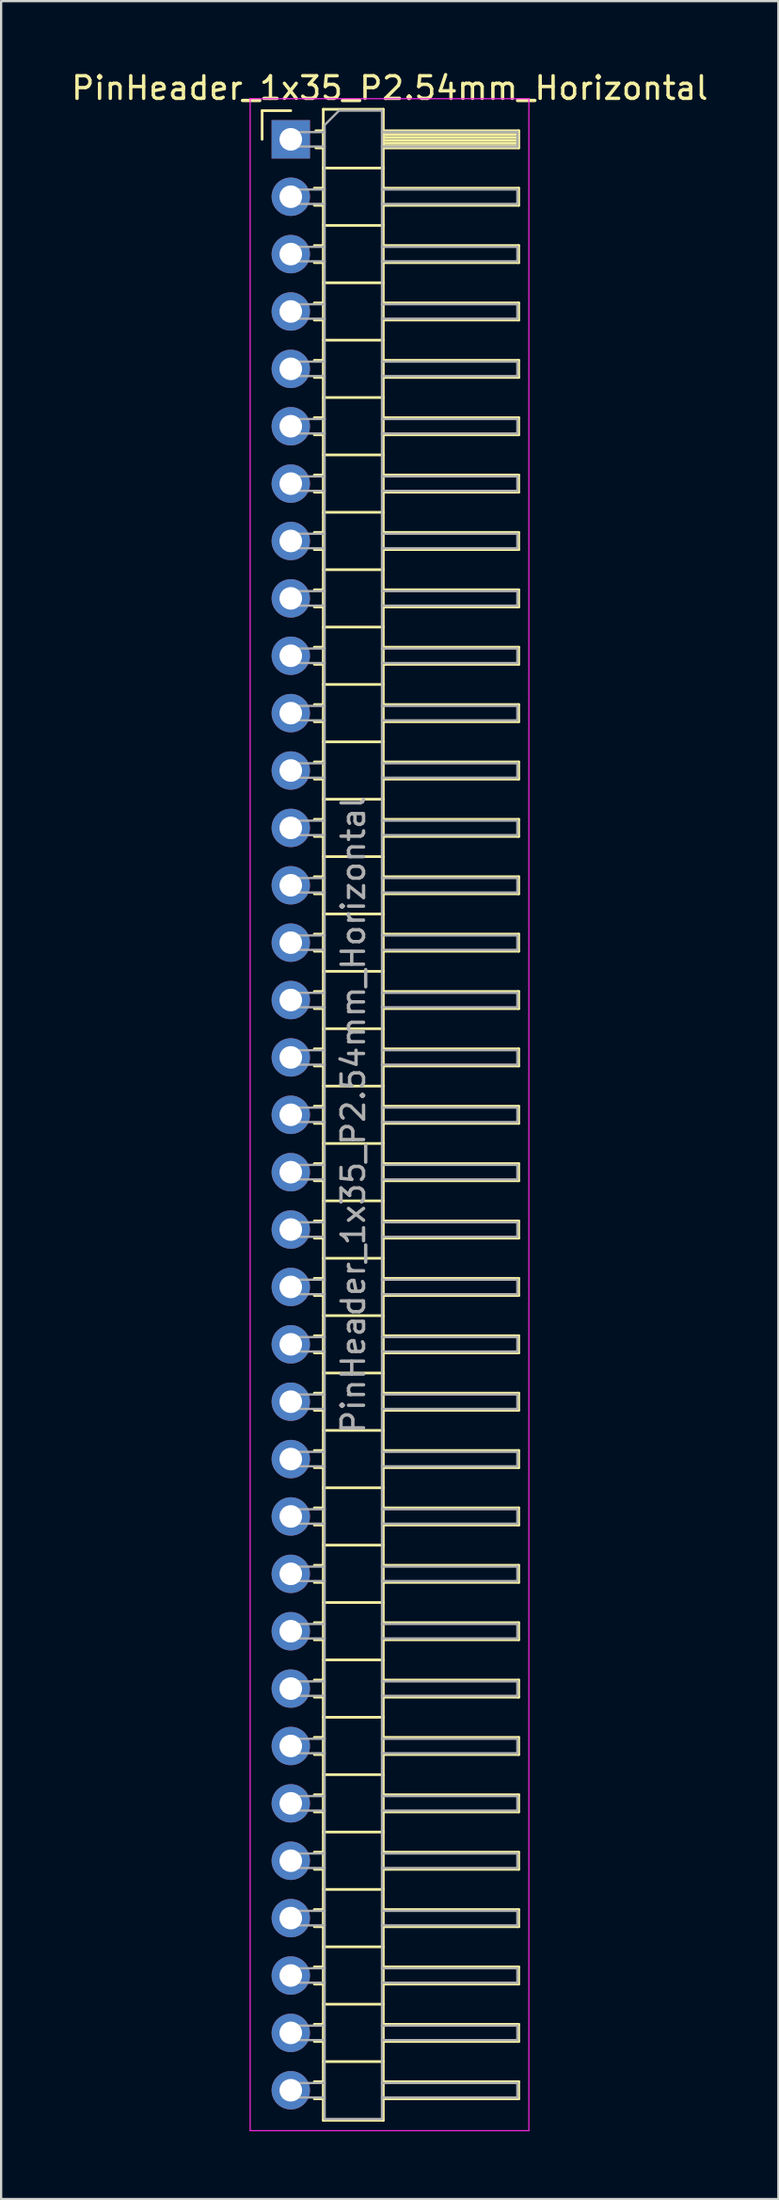
<source format=kicad_pcb>
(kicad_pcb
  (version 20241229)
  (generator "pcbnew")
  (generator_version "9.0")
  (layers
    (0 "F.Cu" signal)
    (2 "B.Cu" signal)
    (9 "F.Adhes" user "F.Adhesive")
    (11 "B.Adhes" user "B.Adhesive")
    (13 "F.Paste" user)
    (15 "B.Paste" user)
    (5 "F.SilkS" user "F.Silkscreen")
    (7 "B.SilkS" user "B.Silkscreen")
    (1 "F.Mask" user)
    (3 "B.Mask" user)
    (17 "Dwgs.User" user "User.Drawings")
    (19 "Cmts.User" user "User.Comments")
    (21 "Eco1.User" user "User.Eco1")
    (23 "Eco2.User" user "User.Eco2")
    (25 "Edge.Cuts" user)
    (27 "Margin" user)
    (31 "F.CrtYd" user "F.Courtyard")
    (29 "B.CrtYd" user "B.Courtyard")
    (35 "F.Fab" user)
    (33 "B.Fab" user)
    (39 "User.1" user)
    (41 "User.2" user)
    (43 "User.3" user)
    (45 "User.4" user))
  (footprint "PinHeader_1x35_P2.54mm_Horizontal"
    (layer "F.Cu")
    (at 9.835 3.118)
    (property "Reference" "PinHeader_1x35_P2.54mm_Horizontal" (at 4.385 -2.27 0) (layer "F.SilkS") (effects (font (size 1 1) (thickness 0.15))))
    (attr through_hole)
    (fp_line (start -1.27 -1.27) (end 0 -1.27) (stroke (width 0.12) (type solid)) (layer "F.SilkS"))
    (fp_line (start -1.27 0) (end -1.27 -1.27) (stroke (width 0.12) (type solid)) (layer "F.SilkS"))
    (fp_line (start 1.043 2.16) (end 1.44 2.16) (stroke (width 0.12) (type solid)) (layer "F.SilkS"))
    (fp_line (start 1.043 2.92) (end 1.44 2.92) (stroke (width 0.12) (type solid)) (layer "F.SilkS"))
    (fp_line (start 1.043 4.7) (end 1.44 4.7) (stroke (width 0.12) (type solid)) (layer "F.SilkS"))
    (fp_line (start 1.043 5.46) (end 1.44 5.46) (stroke (width 0.12) (type solid)) (layer "F.SilkS"))
    (fp_line (start 1.043 7.24) (end 1.44 7.24) (stroke (width 0.12) (type solid)) (layer "F.SilkS"))
    (fp_line (start 1.043 8) (end 1.44 8) (stroke (width 0.12) (type solid)) (layer "F.SilkS"))
    (fp_line (start 1.043 9.78) (end 1.44 9.78) (stroke (width 0.12) (type solid)) (layer "F.SilkS"))
    (fp_line (start 1.043 10.54) (end 1.44 10.54) (stroke (width 0.12) (type solid)) (layer "F.SilkS"))
    (fp_line (start 1.043 12.32) (end 1.44 12.32) (stroke (width 0.12) (type solid)) (layer "F.SilkS"))
    (fp_line (start 1.043 13.08) (end 1.44 13.08) (stroke (width 0.12) (type solid)) (layer "F.SilkS"))
    (fp_line (start 1.043 14.86) (end 1.44 14.86) (stroke (width 0.12) (type solid)) (layer "F.SilkS"))
    (fp_line (start 1.043 15.62) (end 1.44 15.62) (stroke (width 0.12) (type solid)) (layer "F.SilkS"))
    (fp_line (start 1.043 17.4) (end 1.44 17.4) (stroke (width 0.12) (type solid)) (layer "F.SilkS"))
    (fp_line (start 1.043 18.16) (end 1.44 18.16) (stroke (width 0.12) (type solid)) (layer "F.SilkS"))
    (fp_line (start 1.043 19.94) (end 1.44 19.94) (stroke (width 0.12) (type solid)) (layer "F.SilkS"))
    (fp_line (start 1.043 20.7) (end 1.44 20.7) (stroke (width 0.12) (type solid)) (layer "F.SilkS"))
    (fp_line (start 1.043 22.48) (end 1.44 22.48) (stroke (width 0.12) (type solid)) (layer "F.SilkS"))
    (fp_line (start 1.043 23.24) (end 1.44 23.24) (stroke (width 0.12) (type solid)) (layer "F.SilkS"))
    (fp_line (start 1.043 25.02) (end 1.44 25.02) (stroke (width 0.12) (type solid)) (layer "F.SilkS"))
    (fp_line (start 1.043 25.78) (end 1.44 25.78) (stroke (width 0.12) (type solid)) (layer "F.SilkS"))
    (fp_line (start 1.043 27.56) (end 1.44 27.56) (stroke (width 0.12) (type solid)) (layer "F.SilkS"))
    (fp_line (start 1.043 28.32) (end 1.44 28.32) (stroke (width 0.12) (type solid)) (layer "F.SilkS"))
    (fp_line (start 1.043 30.1) (end 1.44 30.1) (stroke (width 0.12) (type solid)) (layer "F.SilkS"))
    (fp_line (start 1.043 30.86) (end 1.44 30.86) (stroke (width 0.12) (type solid)) (layer "F.SilkS"))
    (fp_line (start 1.043 32.64) (end 1.44 32.64) (stroke (width 0.12) (type solid)) (layer "F.SilkS"))
    (fp_line (start 1.043 33.4) (end 1.44 33.4) (stroke (width 0.12) (type solid)) (layer "F.SilkS"))
    (fp_line (start 1.043 35.18) (end 1.44 35.18) (stroke (width 0.12) (type solid)) (layer "F.SilkS"))
    (fp_line (start 1.043 35.94) (end 1.44 35.94) (stroke (width 0.12) (type solid)) (layer "F.SilkS"))
    (fp_line (start 1.043 37.72) (end 1.44 37.72) (stroke (width 0.12) (type solid)) (layer "F.SilkS"))
    (fp_line (start 1.043 38.48) (end 1.44 38.48) (stroke (width 0.12) (type solid)) (layer "F.SilkS"))
    (fp_line (start 1.043 40.26) (end 1.44 40.26) (stroke (width 0.12) (type solid)) (layer "F.SilkS"))
    (fp_line (start 1.043 41.02) (end 1.44 41.02) (stroke (width 0.12) (type solid)) (layer "F.SilkS"))
    (fp_line (start 1.043 42.8) (end 1.44 42.8) (stroke (width 0.12) (type solid)) (layer "F.SilkS"))
    (fp_line (start 1.043 43.56) (end 1.44 43.56) (stroke (width 0.12) (type solid)) (layer "F.SilkS"))
    (fp_line (start 1.043 45.34) (end 1.44 45.34) (stroke (width 0.12) (type solid)) (layer "F.SilkS"))
    (fp_line (start 1.043 46.1) (end 1.44 46.1) (stroke (width 0.12) (type solid)) (layer "F.SilkS"))
    (fp_line (start 1.043 47.88) (end 1.44 47.88) (stroke (width 0.12) (type solid)) (layer "F.SilkS"))
    (fp_line (start 1.043 48.64) (end 1.44 48.64) (stroke (width 0.12) (type solid)) (layer "F.SilkS"))
    (fp_line (start 1.043 50.42) (end 1.44 50.42) (stroke (width 0.12) (type solid)) (layer "F.SilkS"))
    (fp_line (start 1.043 51.18) (end 1.44 51.18) (stroke (width 0.12) (type solid)) (layer "F.SilkS"))
    (fp_line (start 1.043 52.96) (end 1.44 52.96) (stroke (width 0.12) (type solid)) (layer "F.SilkS"))
    (fp_line (start 1.043 53.72) (end 1.44 53.72) (stroke (width 0.12) (type solid)) (layer "F.SilkS"))
    (fp_line (start 1.043 55.5) (end 1.44 55.5) (stroke (width 0.12) (type solid)) (layer "F.SilkS"))
    (fp_line (start 1.043 56.26) (end 1.44 56.26) (stroke (width 0.12) (type solid)) (layer "F.SilkS"))
    (fp_line (start 1.043 58.04) (end 1.44 58.04) (stroke (width 0.12) (type solid)) (layer "F.SilkS"))
    (fp_line (start 1.043 58.8) (end 1.44 58.8) (stroke (width 0.12) (type solid)) (layer "F.SilkS"))
    (fp_line (start 1.043 60.58) (end 1.44 60.58) (stroke (width 0.12) (type solid)) (layer "F.SilkS"))
    (fp_line (start 1.043 61.34) (end 1.44 61.34) (stroke (width 0.12) (type solid)) (layer "F.SilkS"))
    (fp_line (start 1.043 63.12) (end 1.44 63.12) (stroke (width 0.12) (type solid)) (layer "F.SilkS"))
    (fp_line (start 1.043 63.88) (end 1.44 63.88) (stroke (width 0.12) (type solid)) (layer "F.SilkS"))
    (fp_line (start 1.043 65.66) (end 1.44 65.66) (stroke (width 0.12) (type solid)) (layer "F.SilkS"))
    (fp_line (start 1.043 66.42) (end 1.44 66.42) (stroke (width 0.12) (type solid)) (layer "F.SilkS"))
    (fp_line (start 1.043 68.2) (end 1.44 68.2) (stroke (width 0.12) (type solid)) (layer "F.SilkS"))
    (fp_line (start 1.043 68.96) (end 1.44 68.96) (stroke (width 0.12) (type solid)) (layer "F.SilkS"))
    (fp_line (start 1.043 70.74) (end 1.44 70.74) (stroke (width 0.12) (type solid)) (layer "F.SilkS"))
    (fp_line (start 1.043 71.5) (end 1.44 71.5) (stroke (width 0.12) (type solid)) (layer "F.SilkS"))
    (fp_line (start 1.043 73.28) (end 1.44 73.28) (stroke (width 0.12) (type solid)) (layer "F.SilkS"))
    (fp_line (start 1.043 74.04) (end 1.44 74.04) (stroke (width 0.12) (type solid)) (layer "F.SilkS"))
    (fp_line (start 1.043 75.82) (end 1.44 75.82) (stroke (width 0.12) (type solid)) (layer "F.SilkS"))
    (fp_line (start 1.043 76.58) (end 1.44 76.58) (stroke (width 0.12) (type solid)) (layer "F.SilkS"))
    (fp_line (start 1.043 78.36) (end 1.44 78.36) (stroke (width 0.12) (type solid)) (layer "F.SilkS"))
    (fp_line (start 1.043 79.12) (end 1.44 79.12) (stroke (width 0.12) (type solid)) (layer "F.SilkS"))
    (fp_line (start 1.043 80.9) (end 1.44 80.9) (stroke (width 0.12) (type solid)) (layer "F.SilkS"))
    (fp_line (start 1.043 81.66) (end 1.44 81.66) (stroke (width 0.12) (type solid)) (layer "F.SilkS"))
    (fp_line (start 1.043 83.44) (end 1.44 83.44) (stroke (width 0.12) (type solid)) (layer "F.SilkS"))
    (fp_line (start 1.043 84.2) (end 1.44 84.2) (stroke (width 0.12) (type solid)) (layer "F.SilkS"))
    (fp_line (start 1.043 85.98) (end 1.44 85.98) (stroke (width 0.12) (type solid)) (layer "F.SilkS"))
    (fp_line (start 1.043 86.74) (end 1.44 86.74) (stroke (width 0.12) (type solid)) (layer "F.SilkS"))
    (fp_line (start 1.11 -0.38) (end 1.44 -0.38) (stroke (width 0.12) (type solid)) (layer "F.SilkS"))
    (fp_line (start 1.11 0.38) (end 1.44 0.38) (stroke (width 0.12) (type solid)) (layer "F.SilkS"))
    (fp_line (start 1.44 -1.33) (end 1.44 87.69) (stroke (width 0.12) (type solid)) (layer "F.SilkS"))
    (fp_line (start 1.44 1.27) (end 4.1 1.27) (stroke (width 0.12) (type solid)) (layer "F.SilkS"))
    (fp_line (start 1.44 3.81) (end 4.1 3.81) (stroke (width 0.12) (type solid)) (layer "F.SilkS"))
    (fp_line (start 1.44 6.35) (end 4.1 6.35) (stroke (width 0.12) (type solid)) (layer "F.SilkS"))
    (fp_line (start 1.44 8.89) (end 4.1 8.89) (stroke (width 0.12) (type solid)) (layer "F.SilkS"))
    (fp_line (start 1.44 11.43) (end 4.1 11.43) (stroke (width 0.12) (type solid)) (layer "F.SilkS"))
    (fp_line (start 1.44 13.97) (end 4.1 13.97) (stroke (width 0.12) (type solid)) (layer "F.SilkS"))
    (fp_line (start 1.44 16.51) (end 4.1 16.51) (stroke (width 0.12) (type solid)) (layer "F.SilkS"))
    (fp_line (start 1.44 19.05) (end 4.1 19.05) (stroke (width 0.12) (type solid)) (layer "F.SilkS"))
    (fp_line (start 1.44 21.59) (end 4.1 21.59) (stroke (width 0.12) (type solid)) (layer "F.SilkS"))
    (fp_line (start 1.44 24.13) (end 4.1 24.13) (stroke (width 0.12) (type solid)) (layer "F.SilkS"))
    (fp_line (start 1.44 26.67) (end 4.1 26.67) (stroke (width 0.12) (type solid)) (layer "F.SilkS"))
    (fp_line (start 1.44 29.21) (end 4.1 29.21) (stroke (width 0.12) (type solid)) (layer "F.SilkS"))
    (fp_line (start 1.44 31.75) (end 4.1 31.75) (stroke (width 0.12) (type solid)) (layer "F.SilkS"))
    (fp_line (start 1.44 34.29) (end 4.1 34.29) (stroke (width 0.12) (type solid)) (layer "F.SilkS"))
    (fp_line (start 1.44 36.83) (end 4.1 36.83) (stroke (width 0.12) (type solid)) (layer "F.SilkS"))
    (fp_line (start 1.44 39.37) (end 4.1 39.37) (stroke (width 0.12) (type solid)) (layer "F.SilkS"))
    (fp_line (start 1.44 41.91) (end 4.1 41.91) (stroke (width 0.12) (type solid)) (layer "F.SilkS"))
    (fp_line (start 1.44 44.45) (end 4.1 44.45) (stroke (width 0.12) (type solid)) (layer "F.SilkS"))
    (fp_line (start 1.44 46.99) (end 4.1 46.99) (stroke (width 0.12) (type solid)) (layer "F.SilkS"))
    (fp_line (start 1.44 49.53) (end 4.1 49.53) (stroke (width 0.12) (type solid)) (layer "F.SilkS"))
    (fp_line (start 1.44 52.07) (end 4.1 52.07) (stroke (width 0.12) (type solid)) (layer "F.SilkS"))
    (fp_line (start 1.44 54.61) (end 4.1 54.61) (stroke (width 0.12) (type solid)) (layer "F.SilkS"))
    (fp_line (start 1.44 57.15) (end 4.1 57.15) (stroke (width 0.12) (type solid)) (layer "F.SilkS"))
    (fp_line (start 1.44 59.69) (end 4.1 59.69) (stroke (width 0.12) (type solid)) (layer "F.SilkS"))
    (fp_line (start 1.44 62.23) (end 4.1 62.23) (stroke (width 0.12) (type solid)) (layer "F.SilkS"))
    (fp_line (start 1.44 64.77) (end 4.1 64.77) (stroke (width 0.12) (type solid)) (layer "F.SilkS"))
    (fp_line (start 1.44 67.31) (end 4.1 67.31) (stroke (width 0.12) (type solid)) (layer "F.SilkS"))
    (fp_line (start 1.44 69.85) (end 4.1 69.85) (stroke (width 0.12) (type solid)) (layer "F.SilkS"))
    (fp_line (start 1.44 72.39) (end 4.1 72.39) (stroke (width 0.12) (type solid)) (layer "F.SilkS"))
    (fp_line (start 1.44 74.93) (end 4.1 74.93) (stroke (width 0.12) (type solid)) (layer "F.SilkS"))
    (fp_line (start 1.44 77.47) (end 4.1 77.47) (stroke (width 0.12) (type solid)) (layer "F.SilkS"))
    (fp_line (start 1.44 80.01) (end 4.1 80.01) (stroke (width 0.12) (type solid)) (layer "F.SilkS"))
    (fp_line (start 1.44 82.55) (end 4.1 82.55) (stroke (width 0.12) (type solid)) (layer "F.SilkS"))
    (fp_line (start 1.44 85.09) (end 4.1 85.09) (stroke (width 0.12) (type solid)) (layer "F.SilkS"))
    (fp_line (start 1.44 87.69) (end 4.1 87.69) (stroke (width 0.12) (type solid)) (layer "F.SilkS"))
    (fp_line (start 4.1 -1.33) (end 1.44 -1.33) (stroke (width 0.12) (type solid)) (layer "F.SilkS"))
    (fp_line (start 4.1 -0.38) (end 10.1 -0.38) (stroke (width 0.12) (type solid)) (layer "F.SilkS"))
    (fp_line (start 4.1 -0.32) (end 10.1 -0.32) (stroke (width 0.12) (type solid)) (layer "F.SilkS"))
    (fp_line (start 4.1 -0.2) (end 10.1 -0.2) (stroke (width 0.12) (type solid)) (layer "F.SilkS"))
    (fp_line (start 4.1 -0.08) (end 10.1 -0.08) (stroke (width 0.12) (type solid)) (layer "F.SilkS"))
    (fp_line (start 4.1 0.04) (end 10.1 0.04) (stroke (width 0.12) (type solid)) (layer "F.SilkS"))
    (fp_line (start 4.1 0.16) (end 10.1 0.16) (stroke (width 0.12) (type solid)) (layer "F.SilkS"))
    (fp_line (start 4.1 0.28) (end 10.1 0.28) (stroke (width 0.12) (type solid)) (layer "F.SilkS"))
    (fp_line (start 4.1 2.16) (end 10.1 2.16) (stroke (width 0.12) (type solid)) (layer "F.SilkS"))
    (fp_line (start 4.1 4.7) (end 10.1 4.7) (stroke (width 0.12) (type solid)) (layer "F.SilkS"))
    (fp_line (start 4.1 7.24) (end 10.1 7.24) (stroke (width 0.12) (type solid)) (layer "F.SilkS"))
    (fp_line (start 4.1 9.78) (end 10.1 9.78) (stroke (width 0.12) (type solid)) (layer "F.SilkS"))
    (fp_line (start 4.1 12.32) (end 10.1 12.32) (stroke (width 0.12) (type solid)) (layer "F.SilkS"))
    (fp_line (start 4.1 14.86) (end 10.1 14.86) (stroke (width 0.12) (type solid)) (layer "F.SilkS"))
    (fp_line (start 4.1 17.4) (end 10.1 17.4) (stroke (width 0.12) (type solid)) (layer "F.SilkS"))
    (fp_line (start 4.1 19.94) (end 10.1 19.94) (stroke (width 0.12) (type solid)) (layer "F.SilkS"))
    (fp_line (start 4.1 22.48) (end 10.1 22.48) (stroke (width 0.12) (type solid)) (layer "F.SilkS"))
    (fp_line (start 4.1 25.02) (end 10.1 25.02) (stroke (width 0.12) (type solid)) (layer "F.SilkS"))
    (fp_line (start 4.1 27.56) (end 10.1 27.56) (stroke (width 0.12) (type solid)) (layer "F.SilkS"))
    (fp_line (start 4.1 30.1) (end 10.1 30.1) (stroke (width 0.12) (type solid)) (layer "F.SilkS"))
    (fp_line (start 4.1 32.64) (end 10.1 32.64) (stroke (width 0.12) (type solid)) (layer "F.SilkS"))
    (fp_line (start 4.1 35.18) (end 10.1 35.18) (stroke (width 0.12) (type solid)) (layer "F.SilkS"))
    (fp_line (start 4.1 37.72) (end 10.1 37.72) (stroke (width 0.12) (type solid)) (layer "F.SilkS"))
    (fp_line (start 4.1 40.26) (end 10.1 40.26) (stroke (width 0.12) (type solid)) (layer "F.SilkS"))
    (fp_line (start 4.1 42.8) (end 10.1 42.8) (stroke (width 0.12) (type solid)) (layer "F.SilkS"))
    (fp_line (start 4.1 45.34) (end 10.1 45.34) (stroke (width 0.12) (type solid)) (layer "F.SilkS"))
    (fp_line (start 4.1 47.88) (end 10.1 47.88) (stroke (width 0.12) (type solid)) (layer "F.SilkS"))
    (fp_line (start 4.1 50.42) (end 10.1 50.42) (stroke (width 0.12) (type solid)) (layer "F.SilkS"))
    (fp_line (start 4.1 52.96) (end 10.1 52.96) (stroke (width 0.12) (type solid)) (layer "F.SilkS"))
    (fp_line (start 4.1 55.5) (end 10.1 55.5) (stroke (width 0.12) (type solid)) (layer "F.SilkS"))
    (fp_line (start 4.1 58.04) (end 10.1 58.04) (stroke (width 0.12) (type solid)) (layer "F.SilkS"))
    (fp_line (start 4.1 60.58) (end 10.1 60.58) (stroke (width 0.12) (type solid)) (layer "F.SilkS"))
    (fp_line (start 4.1 63.12) (end 10.1 63.12) (stroke (width 0.12) (type solid)) (layer "F.SilkS"))
    (fp_line (start 4.1 65.66) (end 10.1 65.66) (stroke (width 0.12) (type solid)) (layer "F.SilkS"))
    (fp_line (start 4.1 68.2) (end 10.1 68.2) (stroke (width 0.12) (type solid)) (layer "F.SilkS"))
    (fp_line (start 4.1 70.74) (end 10.1 70.74) (stroke (width 0.12) (type solid)) (layer "F.SilkS"))
    (fp_line (start 4.1 73.28) (end 10.1 73.28) (stroke (width 0.12) (type solid)) (layer "F.SilkS"))
    (fp_line (start 4.1 75.82) (end 10.1 75.82) (stroke (width 0.12) (type solid)) (layer "F.SilkS"))
    (fp_line (start 4.1 78.36) (end 10.1 78.36) (stroke (width 0.12) (type solid)) (layer "F.SilkS"))
    (fp_line (start 4.1 80.9) (end 10.1 80.9) (stroke (width 0.12) (type solid)) (layer "F.SilkS"))
    (fp_line (start 4.1 83.44) (end 10.1 83.44) (stroke (width 0.12) (type solid)) (layer "F.SilkS"))
    (fp_line (start 4.1 85.98) (end 10.1 85.98) (stroke (width 0.12) (type solid)) (layer "F.SilkS"))
    (fp_line (start 4.1 87.69) (end 4.1 -1.33) (stroke (width 0.12) (type solid)) (layer "F.SilkS"))
    (fp_line (start 10.1 -0.38) (end 10.1 0.38) (stroke (width 0.12) (type solid)) (layer "F.SilkS"))
    (fp_line (start 10.1 0.38) (end 4.1 0.38) (stroke (width 0.12) (type solid)) (layer "F.SilkS"))
    (fp_line (start 10.1 2.16) (end 10.1 2.92) (stroke (width 0.12) (type solid)) (layer "F.SilkS"))
    (fp_line (start 10.1 2.92) (end 4.1 2.92) (stroke (width 0.12) (type solid)) (layer "F.SilkS"))
    (fp_line (start 10.1 4.7) (end 10.1 5.46) (stroke (width 0.12) (type solid)) (layer "F.SilkS"))
    (fp_line (start 10.1 5.46) (end 4.1 5.46) (stroke (width 0.12) (type solid)) (layer "F.SilkS"))
    (fp_line (start 10.1 7.24) (end 10.1 8) (stroke (width 0.12) (type solid)) (layer "F.SilkS"))
    (fp_line (start 10.1 8) (end 4.1 8) (stroke (width 0.12) (type solid)) (layer "F.SilkS"))
    (fp_line (start 10.1 9.78) (end 10.1 10.54) (stroke (width 0.12) (type solid)) (layer "F.SilkS"))
    (fp_line (start 10.1 10.54) (end 4.1 10.54) (stroke (width 0.12) (type solid)) (layer "F.SilkS"))
    (fp_line (start 10.1 12.32) (end 10.1 13.08) (stroke (width 0.12) (type solid)) (layer "F.SilkS"))
    (fp_line (start 10.1 13.08) (end 4.1 13.08) (stroke (width 0.12) (type solid)) (layer "F.SilkS"))
    (fp_line (start 10.1 14.86) (end 10.1 15.62) (stroke (width 0.12) (type solid)) (layer "F.SilkS"))
    (fp_line (start 10.1 15.62) (end 4.1 15.62) (stroke (width 0.12) (type solid)) (layer "F.SilkS"))
    (fp_line (start 10.1 17.4) (end 10.1 18.16) (stroke (width 0.12) (type solid)) (layer "F.SilkS"))
    (fp_line (start 10.1 18.16) (end 4.1 18.16) (stroke (width 0.12) (type solid)) (layer "F.SilkS"))
    (fp_line (start 10.1 19.94) (end 10.1 20.7) (stroke (width 0.12) (type solid)) (layer "F.SilkS"))
    (fp_line (start 10.1 20.7) (end 4.1 20.7) (stroke (width 0.12) (type solid)) (layer "F.SilkS"))
    (fp_line (start 10.1 22.48) (end 10.1 23.24) (stroke (width 0.12) (type solid)) (layer "F.SilkS"))
    (fp_line (start 10.1 23.24) (end 4.1 23.24) (stroke (width 0.12) (type solid)) (layer "F.SilkS"))
    (fp_line (start 10.1 25.02) (end 10.1 25.78) (stroke (width 0.12) (type solid)) (layer "F.SilkS"))
    (fp_line (start 10.1 25.78) (end 4.1 25.78) (stroke (width 0.12) (type solid)) (layer "F.SilkS"))
    (fp_line (start 10.1 27.56) (end 10.1 28.32) (stroke (width 0.12) (type solid)) (layer "F.SilkS"))
    (fp_line (start 10.1 28.32) (end 4.1 28.32) (stroke (width 0.12) (type solid)) (layer "F.SilkS"))
    (fp_line (start 10.1 30.1) (end 10.1 30.86) (stroke (width 0.12) (type solid)) (layer "F.SilkS"))
    (fp_line (start 10.1 30.86) (end 4.1 30.86) (stroke (width 0.12) (type solid)) (layer "F.SilkS"))
    (fp_line (start 10.1 32.64) (end 10.1 33.4) (stroke (width 0.12) (type solid)) (layer "F.SilkS"))
    (fp_line (start 10.1 33.4) (end 4.1 33.4) (stroke (width 0.12) (type solid)) (layer "F.SilkS"))
    (fp_line (start 10.1 35.18) (end 10.1 35.94) (stroke (width 0.12) (type solid)) (layer "F.SilkS"))
    (fp_line (start 10.1 35.94) (end 4.1 35.94) (stroke (width 0.12) (type solid)) (layer "F.SilkS"))
    (fp_line (start 10.1 37.72) (end 10.1 38.48) (stroke (width 0.12) (type solid)) (layer "F.SilkS"))
    (fp_line (start 10.1 38.48) (end 4.1 38.48) (stroke (width 0.12) (type solid)) (layer "F.SilkS"))
    (fp_line (start 10.1 40.26) (end 10.1 41.02) (stroke (width 0.12) (type solid)) (layer "F.SilkS"))
    (fp_line (start 10.1 41.02) (end 4.1 41.02) (stroke (width 0.12) (type solid)) (layer "F.SilkS"))
    (fp_line (start 10.1 42.8) (end 10.1 43.56) (stroke (width 0.12) (type solid)) (layer "F.SilkS"))
    (fp_line (start 10.1 43.56) (end 4.1 43.56) (stroke (width 0.12) (type solid)) (layer "F.SilkS"))
    (fp_line (start 10.1 45.34) (end 10.1 46.1) (stroke (width 0.12) (type solid)) (layer "F.SilkS"))
    (fp_line (start 10.1 46.1) (end 4.1 46.1) (stroke (width 0.12) (type solid)) (layer "F.SilkS"))
    (fp_line (start 10.1 47.88) (end 10.1 48.64) (stroke (width 0.12) (type solid)) (layer "F.SilkS"))
    (fp_line (start 10.1 48.64) (end 4.1 48.64) (stroke (width 0.12) (type solid)) (layer "F.SilkS"))
    (fp_line (start 10.1 50.42) (end 10.1 51.18) (stroke (width 0.12) (type solid)) (layer "F.SilkS"))
    (fp_line (start 10.1 51.18) (end 4.1 51.18) (stroke (width 0.12) (type solid)) (layer "F.SilkS"))
    (fp_line (start 10.1 52.96) (end 10.1 53.72) (stroke (width 0.12) (type solid)) (layer "F.SilkS"))
    (fp_line (start 10.1 53.72) (end 4.1 53.72) (stroke (width 0.12) (type solid)) (layer "F.SilkS"))
    (fp_line (start 10.1 55.5) (end 10.1 56.26) (stroke (width 0.12) (type solid)) (layer "F.SilkS"))
    (fp_line (start 10.1 56.26) (end 4.1 56.26) (stroke (width 0.12) (type solid)) (layer "F.SilkS"))
    (fp_line (start 10.1 58.04) (end 10.1 58.8) (stroke (width 0.12) (type solid)) (layer "F.SilkS"))
    (fp_line (start 10.1 58.8) (end 4.1 58.8) (stroke (width 0.12) (type solid)) (layer "F.SilkS"))
    (fp_line (start 10.1 60.58) (end 10.1 61.34) (stroke (width 0.12) (type solid)) (layer "F.SilkS"))
    (fp_line (start 10.1 61.34) (end 4.1 61.34) (stroke (width 0.12) (type solid)) (layer "F.SilkS"))
    (fp_line (start 10.1 63.12) (end 10.1 63.88) (stroke (width 0.12) (type solid)) (layer "F.SilkS"))
    (fp_line (start 10.1 63.88) (end 4.1 63.88) (stroke (width 0.12) (type solid)) (layer "F.SilkS"))
    (fp_line (start 10.1 65.66) (end 10.1 66.42) (stroke (width 0.12) (type solid)) (layer "F.SilkS"))
    (fp_line (start 10.1 66.42) (end 4.1 66.42) (stroke (width 0.12) (type solid)) (layer "F.SilkS"))
    (fp_line (start 10.1 68.2) (end 10.1 68.96) (stroke (width 0.12) (type solid)) (layer "F.SilkS"))
    (fp_line (start 10.1 68.96) (end 4.1 68.96) (stroke (width 0.12) (type solid)) (layer "F.SilkS"))
    (fp_line (start 10.1 70.74) (end 10.1 71.5) (stroke (width 0.12) (type solid)) (layer "F.SilkS"))
    (fp_line (start 10.1 71.5) (end 4.1 71.5) (stroke (width 0.12) (type solid)) (layer "F.SilkS"))
    (fp_line (start 10.1 73.28) (end 10.1 74.04) (stroke (width 0.12) (type solid)) (layer "F.SilkS"))
    (fp_line (start 10.1 74.04) (end 4.1 74.04) (stroke (width 0.12) (type solid)) (layer "F.SilkS"))
    (fp_line (start 10.1 75.82) (end 10.1 76.58) (stroke (width 0.12) (type solid)) (layer "F.SilkS"))
    (fp_line (start 10.1 76.58) (end 4.1 76.58) (stroke (width 0.12) (type solid)) (layer "F.SilkS"))
    (fp_line (start 10.1 78.36) (end 10.1 79.12) (stroke (width 0.12) (type solid)) (layer "F.SilkS"))
    (fp_line (start 10.1 79.12) (end 4.1 79.12) (stroke (width 0.12) (type solid)) (layer "F.SilkS"))
    (fp_line (start 10.1 80.9) (end 10.1 81.66) (stroke (width 0.12) (type solid)) (layer "F.SilkS"))
    (fp_line (start 10.1 81.66) (end 4.1 81.66) (stroke (width 0.12) (type solid)) (layer "F.SilkS"))
    (fp_line (start 10.1 83.44) (end 10.1 84.2) (stroke (width 0.12) (type solid)) (layer "F.SilkS"))
    (fp_line (start 10.1 84.2) (end 4.1 84.2) (stroke (width 0.12) (type solid)) (layer "F.SilkS"))
    (fp_line (start 10.1 85.98) (end 10.1 86.74) (stroke (width 0.12) (type solid)) (layer "F.SilkS"))
    (fp_line (start 10.1 86.74) (end 4.1 86.74) (stroke (width 0.12) (type solid)) (layer "F.SilkS"))
    (fp_line (start -1.8 -1.8) (end -1.8 88.15) (stroke (width 0.05) (type solid)) (layer "F.CrtYd"))
    (fp_line (start -1.8 88.15) (end 10.55 88.15) (stroke (width 0.05) (type solid)) (layer "F.CrtYd"))
    (fp_line (start 10.55 -1.8) (end -1.8 -1.8) (stroke (width 0.05) (type solid)) (layer "F.CrtYd"))
    (fp_line (start 10.55 88.15) (end 10.55 -1.8) (stroke (width 0.05) (type solid)) (layer "F.CrtYd"))
    (fp_line (start -0.32 -0.32) (end -0.32 0.32) (stroke (width 0.1) (type solid)) (layer "F.Fab"))
    (fp_line (start -0.32 -0.32) (end 1.5 -0.32) (stroke (width 0.1) (type solid)) (layer "F.Fab"))
    (fp_line (start -0.32 0.32) (end 1.5 0.32) (stroke (width 0.1) (type solid)) (layer "F.Fab"))
    (fp_line (start -0.32 2.22) (end -0.32 2.86) (stroke (width 0.1) (type solid)) (layer "F.Fab"))
    (fp_line (start -0.32 2.22) (end 1.5 2.22) (stroke (width 0.1) (type solid)) (layer "F.Fab"))
    (fp_line (start -0.32 2.86) (end 1.5 2.86) (stroke (width 0.1) (type solid)) (layer "F.Fab"))
    (fp_line (start -0.32 4.76) (end -0.32 5.4) (stroke (width 0.1) (type solid)) (layer "F.Fab"))
    (fp_line (start -0.32 4.76) (end 1.5 4.76) (stroke (width 0.1) (type solid)) (layer "F.Fab"))
    (fp_line (start -0.32 5.4) (end 1.5 5.4) (stroke (width 0.1) (type solid)) (layer "F.Fab"))
    (fp_line (start -0.32 7.3) (end -0.32 7.94) (stroke (width 0.1) (type solid)) (layer "F.Fab"))
    (fp_line (start -0.32 7.3) (end 1.5 7.3) (stroke (width 0.1) (type solid)) (layer "F.Fab"))
    (fp_line (start -0.32 7.94) (end 1.5 7.94) (stroke (width 0.1) (type solid)) (layer "F.Fab"))
    (fp_line (start -0.32 9.84) (end -0.32 10.48) (stroke (width 0.1) (type solid)) (layer "F.Fab"))
    (fp_line (start -0.32 9.84) (end 1.5 9.84) (stroke (width 0.1) (type solid)) (layer "F.Fab"))
    (fp_line (start -0.32 10.48) (end 1.5 10.48) (stroke (width 0.1) (type solid)) (layer "F.Fab"))
    (fp_line (start -0.32 12.38) (end -0.32 13.02) (stroke (width 0.1) (type solid)) (layer "F.Fab"))
    (fp_line (start -0.32 12.38) (end 1.5 12.38) (stroke (width 0.1) (type solid)) (layer "F.Fab"))
    (fp_line (start -0.32 13.02) (end 1.5 13.02) (stroke (width 0.1) (type solid)) (layer "F.Fab"))
    (fp_line (start -0.32 14.92) (end -0.32 15.56) (stroke (width 0.1) (type solid)) (layer "F.Fab"))
    (fp_line (start -0.32 14.92) (end 1.5 14.92) (stroke (width 0.1) (type solid)) (layer "F.Fab"))
    (fp_line (start -0.32 15.56) (end 1.5 15.56) (stroke (width 0.1) (type solid)) (layer "F.Fab"))
    (fp_line (start -0.32 17.46) (end -0.32 18.1) (stroke (width 0.1) (type solid)) (layer "F.Fab"))
    (fp_line (start -0.32 17.46) (end 1.5 17.46) (stroke (width 0.1) (type solid)) (layer "F.Fab"))
    (fp_line (start -0.32 18.1) (end 1.5 18.1) (stroke (width 0.1) (type solid)) (layer "F.Fab"))
    (fp_line (start -0.32 20) (end -0.32 20.64) (stroke (width 0.1) (type solid)) (layer "F.Fab"))
    (fp_line (start -0.32 20) (end 1.5 20) (stroke (width 0.1) (type solid)) (layer "F.Fab"))
    (fp_line (start -0.32 20.64) (end 1.5 20.64) (stroke (width 0.1) (type solid)) (layer "F.Fab"))
    (fp_line (start -0.32 22.54) (end -0.32 23.18) (stroke (width 0.1) (type solid)) (layer "F.Fab"))
    (fp_line (start -0.32 22.54) (end 1.5 22.54) (stroke (width 0.1) (type solid)) (layer "F.Fab"))
    (fp_line (start -0.32 23.18) (end 1.5 23.18) (stroke (width 0.1) (type solid)) (layer "F.Fab"))
    (fp_line (start -0.32 25.08) (end -0.32 25.72) (stroke (width 0.1) (type solid)) (layer "F.Fab"))
    (fp_line (start -0.32 25.08) (end 1.5 25.08) (stroke (width 0.1) (type solid)) (layer "F.Fab"))
    (fp_line (start -0.32 25.72) (end 1.5 25.72) (stroke (width 0.1) (type solid)) (layer "F.Fab"))
    (fp_line (start -0.32 27.62) (end -0.32 28.26) (stroke (width 0.1) (type solid)) (layer "F.Fab"))
    (fp_line (start -0.32 27.62) (end 1.5 27.62) (stroke (width 0.1) (type solid)) (layer "F.Fab"))
    (fp_line (start -0.32 28.26) (end 1.5 28.26) (stroke (width 0.1) (type solid)) (layer "F.Fab"))
    (fp_line (start -0.32 30.16) (end -0.32 30.8) (stroke (width 0.1) (type solid)) (layer "F.Fab"))
    (fp_line (start -0.32 30.16) (end 1.5 30.16) (stroke (width 0.1) (type solid)) (layer "F.Fab"))
    (fp_line (start -0.32 30.8) (end 1.5 30.8) (stroke (width 0.1) (type solid)) (layer "F.Fab"))
    (fp_line (start -0.32 32.7) (end -0.32 33.34) (stroke (width 0.1) (type solid)) (layer "F.Fab"))
    (fp_line (start -0.32 32.7) (end 1.5 32.7) (stroke (width 0.1) (type solid)) (layer "F.Fab"))
    (fp_line (start -0.32 33.34) (end 1.5 33.34) (stroke (width 0.1) (type solid)) (layer "F.Fab"))
    (fp_line (start -0.32 35.24) (end -0.32 35.88) (stroke (width 0.1) (type solid)) (layer "F.Fab"))
    (fp_line (start -0.32 35.24) (end 1.5 35.24) (stroke (width 0.1) (type solid)) (layer "F.Fab"))
    (fp_line (start -0.32 35.88) (end 1.5 35.88) (stroke (width 0.1) (type solid)) (layer "F.Fab"))
    (fp_line (start -0.32 37.78) (end -0.32 38.42) (stroke (width 0.1) (type solid)) (layer "F.Fab"))
    (fp_line (start -0.32 37.78) (end 1.5 37.78) (stroke (width 0.1) (type solid)) (layer "F.Fab"))
    (fp_line (start -0.32 38.42) (end 1.5 38.42) (stroke (width 0.1) (type solid)) (layer "F.Fab"))
    (fp_line (start -0.32 40.32) (end -0.32 40.96) (stroke (width 0.1) (type solid)) (layer "F.Fab"))
    (fp_line (start -0.32 40.32) (end 1.5 40.32) (stroke (width 0.1) (type solid)) (layer "F.Fab"))
    (fp_line (start -0.32 40.96) (end 1.5 40.96) (stroke (width 0.1) (type solid)) (layer "F.Fab"))
    (fp_line (start -0.32 42.86) (end -0.32 43.5) (stroke (width 0.1) (type solid)) (layer "F.Fab"))
    (fp_line (start -0.32 42.86) (end 1.5 42.86) (stroke (width 0.1) (type solid)) (layer "F.Fab"))
    (fp_line (start -0.32 43.5) (end 1.5 43.5) (stroke (width 0.1) (type solid)) (layer "F.Fab"))
    (fp_line (start -0.32 45.4) (end -0.32 46.04) (stroke (width 0.1) (type solid)) (layer "F.Fab"))
    (fp_line (start -0.32 45.4) (end 1.5 45.4) (stroke (width 0.1) (type solid)) (layer "F.Fab"))
    (fp_line (start -0.32 46.04) (end 1.5 46.04) (stroke (width 0.1) (type solid)) (layer "F.Fab"))
    (fp_line (start -0.32 47.94) (end -0.32 48.58) (stroke (width 0.1) (type solid)) (layer "F.Fab"))
    (fp_line (start -0.32 47.94) (end 1.5 47.94) (stroke (width 0.1) (type solid)) (layer "F.Fab"))
    (fp_line (start -0.32 48.58) (end 1.5 48.58) (stroke (width 0.1) (type solid)) (layer "F.Fab"))
    (fp_line (start -0.32 50.48) (end -0.32 51.12) (stroke (width 0.1) (type solid)) (layer "F.Fab"))
    (fp_line (start -0.32 50.48) (end 1.5 50.48) (stroke (width 0.1) (type solid)) (layer "F.Fab"))
    (fp_line (start -0.32 51.12) (end 1.5 51.12) (stroke (width 0.1) (type solid)) (layer "F.Fab"))
    (fp_line (start -0.32 53.02) (end -0.32 53.66) (stroke (width 0.1) (type solid)) (layer "F.Fab"))
    (fp_line (start -0.32 53.02) (end 1.5 53.02) (stroke (width 0.1) (type solid)) (layer "F.Fab"))
    (fp_line (start -0.32 53.66) (end 1.5 53.66) (stroke (width 0.1) (type solid)) (layer "F.Fab"))
    (fp_line (start -0.32 55.56) (end -0.32 56.2) (stroke (width 0.1) (type solid)) (layer "F.Fab"))
    (fp_line (start -0.32 55.56) (end 1.5 55.56) (stroke (width 0.1) (type solid)) (layer "F.Fab"))
    (fp_line (start -0.32 56.2) (end 1.5 56.2) (stroke (width 0.1) (type solid)) (layer "F.Fab"))
    (fp_line (start -0.32 58.1) (end -0.32 58.74) (stroke (width 0.1) (type solid)) (layer "F.Fab"))
    (fp_line (start -0.32 58.1) (end 1.5 58.1) (stroke (width 0.1) (type solid)) (layer "F.Fab"))
    (fp_line (start -0.32 58.74) (end 1.5 58.74) (stroke (width 0.1) (type solid)) (layer "F.Fab"))
    (fp_line (start -0.32 60.64) (end -0.32 61.28) (stroke (width 0.1) (type solid)) (layer "F.Fab"))
    (fp_line (start -0.32 60.64) (end 1.5 60.64) (stroke (width 0.1) (type solid)) (layer "F.Fab"))
    (fp_line (start -0.32 61.28) (end 1.5 61.28) (stroke (width 0.1) (type solid)) (layer "F.Fab"))
    (fp_line (start -0.32 63.18) (end -0.32 63.82) (stroke (width 0.1) (type solid)) (layer "F.Fab"))
    (fp_line (start -0.32 63.18) (end 1.5 63.18) (stroke (width 0.1) (type solid)) (layer "F.Fab"))
    (fp_line (start -0.32 63.82) (end 1.5 63.82) (stroke (width 0.1) (type solid)) (layer "F.Fab"))
    (fp_line (start -0.32 65.72) (end -0.32 66.36) (stroke (width 0.1) (type solid)) (layer "F.Fab"))
    (fp_line (start -0.32 65.72) (end 1.5 65.72) (stroke (width 0.1) (type solid)) (layer "F.Fab"))
    (fp_line (start -0.32 66.36) (end 1.5 66.36) (stroke (width 0.1) (type solid)) (layer "F.Fab"))
    (fp_line (start -0.32 68.26) (end -0.32 68.9) (stroke (width 0.1) (type solid)) (layer "F.Fab"))
    (fp_line (start -0.32 68.26) (end 1.5 68.26) (stroke (width 0.1) (type solid)) (layer "F.Fab"))
    (fp_line (start -0.32 68.9) (end 1.5 68.9) (stroke (width 0.1) (type solid)) (layer "F.Fab"))
    (fp_line (start -0.32 70.8) (end -0.32 71.44) (stroke (width 0.1) (type solid)) (layer "F.Fab"))
    (fp_line (start -0.32 70.8) (end 1.5 70.8) (stroke (width 0.1) (type solid)) (layer "F.Fab"))
    (fp_line (start -0.32 71.44) (end 1.5 71.44) (stroke (width 0.1) (type solid)) (layer "F.Fab"))
    (fp_line (start -0.32 73.34) (end -0.32 73.98) (stroke (width 0.1) (type solid)) (layer "F.Fab"))
    (fp_line (start -0.32 73.34) (end 1.5 73.34) (stroke (width 0.1) (type solid)) (layer "F.Fab"))
    (fp_line (start -0.32 73.98) (end 1.5 73.98) (stroke (width 0.1) (type solid)) (layer "F.Fab"))
    (fp_line (start -0.32 75.88) (end -0.32 76.52) (stroke (width 0.1) (type solid)) (layer "F.Fab"))
    (fp_line (start -0.32 75.88) (end 1.5 75.88) (stroke (width 0.1) (type solid)) (layer "F.Fab"))
    (fp_line (start -0.32 76.52) (end 1.5 76.52) (stroke (width 0.1) (type solid)) (layer "F.Fab"))
    (fp_line (start -0.32 78.42) (end -0.32 79.06) (stroke (width 0.1) (type solid)) (layer "F.Fab"))
    (fp_line (start -0.32 78.42) (end 1.5 78.42) (stroke (width 0.1) (type solid)) (layer "F.Fab"))
    (fp_line (start -0.32 79.06) (end 1.5 79.06) (stroke (width 0.1) (type solid)) (layer "F.Fab"))
    (fp_line (start -0.32 80.96) (end -0.32 81.6) (stroke (width 0.1) (type solid)) (layer "F.Fab"))
    (fp_line (start -0.32 80.96) (end 1.5 80.96) (stroke (width 0.1) (type solid)) (layer "F.Fab"))
    (fp_line (start -0.32 81.6) (end 1.5 81.6) (stroke (width 0.1) (type solid)) (layer "F.Fab"))
    (fp_line (start -0.32 83.5) (end -0.32 84.14) (stroke (width 0.1) (type solid)) (layer "F.Fab"))
    (fp_line (start -0.32 83.5) (end 1.5 83.5) (stroke (width 0.1) (type solid)) (layer "F.Fab"))
    (fp_line (start -0.32 84.14) (end 1.5 84.14) (stroke (width 0.1) (type solid)) (layer "F.Fab"))
    (fp_line (start -0.32 86.04) (end -0.32 86.68) (stroke (width 0.1) (type solid)) (layer "F.Fab"))
    (fp_line (start -0.32 86.04) (end 1.5 86.04) (stroke (width 0.1) (type solid)) (layer "F.Fab"))
    (fp_line (start -0.32 86.68) (end 1.5 86.68) (stroke (width 0.1) (type solid)) (layer "F.Fab"))
    (fp_line (start 1.5 -0.635) (end 2.135 -1.27) (stroke (width 0.1) (type solid)) (layer "F.Fab"))
    (fp_line (start 1.5 87.63) (end 1.5 -0.635) (stroke (width 0.1) (type solid)) (layer "F.Fab"))
    (fp_line (start 2.135 -1.27) (end 4.04 -1.27) (stroke (width 0.1) (type solid)) (layer "F.Fab"))
    (fp_line (start 4.04 -1.27) (end 4.04 87.63) (stroke (width 0.1) (type solid)) (layer "F.Fab"))
    (fp_line (start 4.04 -0.32) (end 10.04 -0.32) (stroke (width 0.1) (type solid)) (layer "F.Fab"))
    (fp_line (start 4.04 0.32) (end 10.04 0.32) (stroke (width 0.1) (type solid)) (layer "F.Fab"))
    (fp_line (start 4.04 2.22) (end 10.04 2.22) (stroke (width 0.1) (type solid)) (layer "F.Fab"))
    (fp_line (start 4.04 2.86) (end 10.04 2.86) (stroke (width 0.1) (type solid)) (layer "F.Fab"))
    (fp_line (start 4.04 4.76) (end 10.04 4.76) (stroke (width 0.1) (type solid)) (layer "F.Fab"))
    (fp_line (start 4.04 5.4) (end 10.04 5.4) (stroke (width 0.1) (type solid)) (layer "F.Fab"))
    (fp_line (start 4.04 7.3) (end 10.04 7.3) (stroke (width 0.1) (type solid)) (layer "F.Fab"))
    (fp_line (start 4.04 7.94) (end 10.04 7.94) (stroke (width 0.1) (type solid)) (layer "F.Fab"))
    (fp_line (start 4.04 9.84) (end 10.04 9.84) (stroke (width 0.1) (type solid)) (layer "F.Fab"))
    (fp_line (start 4.04 10.48) (end 10.04 10.48) (stroke (width 0.1) (type solid)) (layer "F.Fab"))
    (fp_line (start 4.04 12.38) (end 10.04 12.38) (stroke (width 0.1) (type solid)) (layer "F.Fab"))
    (fp_line (start 4.04 13.02) (end 10.04 13.02) (stroke (width 0.1) (type solid)) (layer "F.Fab"))
    (fp_line (start 4.04 14.92) (end 10.04 14.92) (stroke (width 0.1) (type solid)) (layer "F.Fab"))
    (fp_line (start 4.04 15.56) (end 10.04 15.56) (stroke (width 0.1) (type solid)) (layer "F.Fab"))
    (fp_line (start 4.04 17.46) (end 10.04 17.46) (stroke (width 0.1) (type solid)) (layer "F.Fab"))
    (fp_line (start 4.04 18.1) (end 10.04 18.1) (stroke (width 0.1) (type solid)) (layer "F.Fab"))
    (fp_line (start 4.04 20) (end 10.04 20) (stroke (width 0.1) (type solid)) (layer "F.Fab"))
    (fp_line (start 4.04 20.64) (end 10.04 20.64) (stroke (width 0.1) (type solid)) (layer "F.Fab"))
    (fp_line (start 4.04 22.54) (end 10.04 22.54) (stroke (width 0.1) (type solid)) (layer "F.Fab"))
    (fp_line (start 4.04 23.18) (end 10.04 23.18) (stroke (width 0.1) (type solid)) (layer "F.Fab"))
    (fp_line (start 4.04 25.08) (end 10.04 25.08) (stroke (width 0.1) (type solid)) (layer "F.Fab"))
    (fp_line (start 4.04 25.72) (end 10.04 25.72) (stroke (width 0.1) (type solid)) (layer "F.Fab"))
    (fp_line (start 4.04 27.62) (end 10.04 27.62) (stroke (width 0.1) (type solid)) (layer "F.Fab"))
    (fp_line (start 4.04 28.26) (end 10.04 28.26) (stroke (width 0.1) (type solid)) (layer "F.Fab"))
    (fp_line (start 4.04 30.16) (end 10.04 30.16) (stroke (width 0.1) (type solid)) (layer "F.Fab"))
    (fp_line (start 4.04 30.8) (end 10.04 30.8) (stroke (width 0.1) (type solid)) (layer "F.Fab"))
    (fp_line (start 4.04 32.7) (end 10.04 32.7) (stroke (width 0.1) (type solid)) (layer "F.Fab"))
    (fp_line (start 4.04 33.34) (end 10.04 33.34) (stroke (width 0.1) (type solid)) (layer "F.Fab"))
    (fp_line (start 4.04 35.24) (end 10.04 35.24) (stroke (width 0.1) (type solid)) (layer "F.Fab"))
    (fp_line (start 4.04 35.88) (end 10.04 35.88) (stroke (width 0.1) (type solid)) (layer "F.Fab"))
    (fp_line (start 4.04 37.78) (end 10.04 37.78) (stroke (width 0.1) (type solid)) (layer "F.Fab"))
    (fp_line (start 4.04 38.42) (end 10.04 38.42) (stroke (width 0.1) (type solid)) (layer "F.Fab"))
    (fp_line (start 4.04 40.32) (end 10.04 40.32) (stroke (width 0.1) (type solid)) (layer "F.Fab"))
    (fp_line (start 4.04 40.96) (end 10.04 40.96) (stroke (width 0.1) (type solid)) (layer "F.Fab"))
    (fp_line (start 4.04 42.86) (end 10.04 42.86) (stroke (width 0.1) (type solid)) (layer "F.Fab"))
    (fp_line (start 4.04 43.5) (end 10.04 43.5) (stroke (width 0.1) (type solid)) (layer "F.Fab"))
    (fp_line (start 4.04 45.4) (end 10.04 45.4) (stroke (width 0.1) (type solid)) (layer "F.Fab"))
    (fp_line (start 4.04 46.04) (end 10.04 46.04) (stroke (width 0.1) (type solid)) (layer "F.Fab"))
    (fp_line (start 4.04 47.94) (end 10.04 47.94) (stroke (width 0.1) (type solid)) (layer "F.Fab"))
    (fp_line (start 4.04 48.58) (end 10.04 48.58) (stroke (width 0.1) (type solid)) (layer "F.Fab"))
    (fp_line (start 4.04 50.48) (end 10.04 50.48) (stroke (width 0.1) (type solid)) (layer "F.Fab"))
    (fp_line (start 4.04 51.12) (end 10.04 51.12) (stroke (width 0.1) (type solid)) (layer "F.Fab"))
    (fp_line (start 4.04 53.02) (end 10.04 53.02) (stroke (width 0.1) (type solid)) (layer "F.Fab"))
    (fp_line (start 4.04 53.66) (end 10.04 53.66) (stroke (width 0.1) (type solid)) (layer "F.Fab"))
    (fp_line (start 4.04 55.56) (end 10.04 55.56) (stroke (width 0.1) (type solid)) (layer "F.Fab"))
    (fp_line (start 4.04 56.2) (end 10.04 56.2) (stroke (width 0.1) (type solid)) (layer "F.Fab"))
    (fp_line (start 4.04 58.1) (end 10.04 58.1) (stroke (width 0.1) (type solid)) (layer "F.Fab"))
    (fp_line (start 4.04 58.74) (end 10.04 58.74) (stroke (width 0.1) (type solid)) (layer "F.Fab"))
    (fp_line (start 4.04 60.64) (end 10.04 60.64) (stroke (width 0.1) (type solid)) (layer "F.Fab"))
    (fp_line (start 4.04 61.28) (end 10.04 61.28) (stroke (width 0.1) (type solid)) (layer "F.Fab"))
    (fp_line (start 4.04 63.18) (end 10.04 63.18) (stroke (width 0.1) (type solid)) (layer "F.Fab"))
    (fp_line (start 4.04 63.82) (end 10.04 63.82) (stroke (width 0.1) (type solid)) (layer "F.Fab"))
    (fp_line (start 4.04 65.72) (end 10.04 65.72) (stroke (width 0.1) (type solid)) (layer "F.Fab"))
    (fp_line (start 4.04 66.36) (end 10.04 66.36) (stroke (width 0.1) (type solid)) (layer "F.Fab"))
    (fp_line (start 4.04 68.26) (end 10.04 68.26) (stroke (width 0.1) (type solid)) (layer "F.Fab"))
    (fp_line (start 4.04 68.9) (end 10.04 68.9) (stroke (width 0.1) (type solid)) (layer "F.Fab"))
    (fp_line (start 4.04 70.8) (end 10.04 70.8) (stroke (width 0.1) (type solid)) (layer "F.Fab"))
    (fp_line (start 4.04 71.44) (end 10.04 71.44) (stroke (width 0.1) (type solid)) (layer "F.Fab"))
    (fp_line (start 4.04 73.34) (end 10.04 73.34) (stroke (width 0.1) (type solid)) (layer "F.Fab"))
    (fp_line (start 4.04 73.98) (end 10.04 73.98) (stroke (width 0.1) (type solid)) (layer "F.Fab"))
    (fp_line (start 4.04 75.88) (end 10.04 75.88) (stroke (width 0.1) (type solid)) (layer "F.Fab"))
    (fp_line (start 4.04 76.52) (end 10.04 76.52) (stroke (width 0.1) (type solid)) (layer "F.Fab"))
    (fp_line (start 4.04 78.42) (end 10.04 78.42) (stroke (width 0.1) (type solid)) (layer "F.Fab"))
    (fp_line (start 4.04 79.06) (end 10.04 79.06) (stroke (width 0.1) (type solid)) (layer "F.Fab"))
    (fp_line (start 4.04 80.96) (end 10.04 80.96) (stroke (width 0.1) (type solid)) (layer "F.Fab"))
    (fp_line (start 4.04 81.6) (end 10.04 81.6) (stroke (width 0.1) (type solid)) (layer "F.Fab"))
    (fp_line (start 4.04 83.5) (end 10.04 83.5) (stroke (width 0.1) (type solid)) (layer "F.Fab"))
    (fp_line (start 4.04 84.14) (end 10.04 84.14) (stroke (width 0.1) (type solid)) (layer "F.Fab"))
    (fp_line (start 4.04 86.04) (end 10.04 86.04) (stroke (width 0.1) (type solid)) (layer "F.Fab"))
    (fp_line (start 4.04 86.68) (end 10.04 86.68) (stroke (width 0.1) (type solid)) (layer "F.Fab"))
    (fp_line (start 4.04 87.63) (end 1.5 87.63) (stroke (width 0.1) (type solid)) (layer "F.Fab"))
    (fp_line (start 10.04 -0.32) (end 10.04 0.32) (stroke (width 0.1) (type solid)) (layer "F.Fab"))
    (fp_line (start 10.04 2.22) (end 10.04 2.86) (stroke (width 0.1) (type solid)) (layer "F.Fab"))
    (fp_line (start 10.04 4.76) (end 10.04 5.4) (stroke (width 0.1) (type solid)) (layer "F.Fab"))
    (fp_line (start 10.04 7.3) (end 10.04 7.94) (stroke (width 0.1) (type solid)) (layer "F.Fab"))
    (fp_line (start 10.04 9.84) (end 10.04 10.48) (stroke (width 0.1) (type solid)) (layer "F.Fab"))
    (fp_line (start 10.04 12.38) (end 10.04 13.02) (stroke (width 0.1) (type solid)) (layer "F.Fab"))
    (fp_line (start 10.04 14.92) (end 10.04 15.56) (stroke (width 0.1) (type solid)) (layer "F.Fab"))
    (fp_line (start 10.04 17.46) (end 10.04 18.1) (stroke (width 0.1) (type solid)) (layer "F.Fab"))
    (fp_line (start 10.04 20) (end 10.04 20.64) (stroke (width 0.1) (type solid)) (layer "F.Fab"))
    (fp_line (start 10.04 22.54) (end 10.04 23.18) (stroke (width 0.1) (type solid)) (layer "F.Fab"))
    (fp_line (start 10.04 25.08) (end 10.04 25.72) (stroke (width 0.1) (type solid)) (layer "F.Fab"))
    (fp_line (start 10.04 27.62) (end 10.04 28.26) (stroke (width 0.1) (type solid)) (layer "F.Fab"))
    (fp_line (start 10.04 30.16) (end 10.04 30.8) (stroke (width 0.1) (type solid)) (layer "F.Fab"))
    (fp_line (start 10.04 32.7) (end 10.04 33.34) (stroke (width 0.1) (type solid)) (layer "F.Fab"))
    (fp_line (start 10.04 35.24) (end 10.04 35.88) (stroke (width 0.1) (type solid)) (layer "F.Fab"))
    (fp_line (start 10.04 37.78) (end 10.04 38.42) (stroke (width 0.1) (type solid)) (layer "F.Fab"))
    (fp_line (start 10.04 40.32) (end 10.04 40.96) (stroke (width 0.1) (type solid)) (layer "F.Fab"))
    (fp_line (start 10.04 42.86) (end 10.04 43.5) (stroke (width 0.1) (type solid)) (layer "F.Fab"))
    (fp_line (start 10.04 45.4) (end 10.04 46.04) (stroke (width 0.1) (type solid)) (layer "F.Fab"))
    (fp_line (start 10.04 47.94) (end 10.04 48.58) (stroke (width 0.1) (type solid)) (layer "F.Fab"))
    (fp_line (start 10.04 50.48) (end 10.04 51.12) (stroke (width 0.1) (type solid)) (layer "F.Fab"))
    (fp_line (start 10.04 53.02) (end 10.04 53.66) (stroke (width 0.1) (type solid)) (layer "F.Fab"))
    (fp_line (start 10.04 55.56) (end 10.04 56.2) (stroke (width 0.1) (type solid)) (layer "F.Fab"))
    (fp_line (start 10.04 58.1) (end 10.04 58.74) (stroke (width 0.1) (type solid)) (layer "F.Fab"))
    (fp_line (start 10.04 60.64) (end 10.04 61.28) (stroke (width 0.1) (type solid)) (layer "F.Fab"))
    (fp_line (start 10.04 63.18) (end 10.04 63.82) (stroke (width 0.1) (type solid)) (layer "F.Fab"))
    (fp_line (start 10.04 65.72) (end 10.04 66.36) (stroke (width 0.1) (type solid)) (layer "F.Fab"))
    (fp_line (start 10.04 68.26) (end 10.04 68.9) (stroke (width 0.1) (type solid)) (layer "F.Fab"))
    (fp_line (start 10.04 70.8) (end 10.04 71.44) (stroke (width 0.1) (type solid)) (layer "F.Fab"))
    (fp_line (start 10.04 73.34) (end 10.04 73.98) (stroke (width 0.1) (type solid)) (layer "F.Fab"))
    (fp_line (start 10.04 75.88) (end 10.04 76.52) (stroke (width 0.1) (type solid)) (layer "F.Fab"))
    (fp_line (start 10.04 78.42) (end 10.04 79.06) (stroke (width 0.1) (type solid)) (layer "F.Fab"))
    (fp_line (start 10.04 80.96) (end 10.04 81.6) (stroke (width 0.1) (type solid)) (layer "F.Fab"))
    (fp_line (start 10.04 83.5) (end 10.04 84.14) (stroke (width 0.1) (type solid)) (layer "F.Fab"))
    (fp_line (start 10.04 86.04) (end 10.04 86.68) (stroke (width 0.1) (type solid)) (layer "F.Fab"))
    (fp_text user "${REFERENCE}" (at 2.77 43.18 90) (layer "F.Fab") (effects (font (size 1 1) (thickness 0.15))))
    (pad "1" thru_hole rect (at 0 0) (size 1.7 1.7) (drill 1) (layers "*.Cu" "*.Mask"))
    (pad "2" thru_hole oval (at 0 2.54) (size 1.7 1.7) (drill 1) (layers "*.Cu" "*.Mask"))
    (pad "3" thru_hole oval (at 0 5.08) (size 1.7 1.7) (drill 1) (layers "*.Cu" "*.Mask"))
    (pad "4" thru_hole oval (at 0 7.62) (size 1.7 1.7) (drill 1) (layers "*.Cu" "*.Mask"))
    (pad "5" thru_hole oval (at 0 10.16) (size 1.7 1.7) (drill 1) (layers "*.Cu" "*.Mask"))
    (pad "6" thru_hole oval (at 0 12.7) (size 1.7 1.7) (drill 1) (layers "*.Cu" "*.Mask"))
    (pad "7" thru_hole oval (at 0 15.24) (size 1.7 1.7) (drill 1) (layers "*.Cu" "*.Mask"))
    (pad "8" thru_hole oval (at 0 17.78) (size 1.7 1.7) (drill 1) (layers "*.Cu" "*.Mask"))
    (pad "9" thru_hole oval (at 0 20.32) (size 1.7 1.7) (drill 1) (layers "*.Cu" "*.Mask"))
    (pad "10" thru_hole oval (at 0 22.86) (size 1.7 1.7) (drill 1) (layers "*.Cu" "*.Mask"))
    (pad "11" thru_hole oval (at 0 25.4) (size 1.7 1.7) (drill 1) (layers "*.Cu" "*.Mask"))
    (pad "12" thru_hole oval (at 0 27.94) (size 1.7 1.7) (drill 1) (layers "*.Cu" "*.Mask"))
    (pad "13" thru_hole oval (at 0 30.48) (size 1.7 1.7) (drill 1) (layers "*.Cu" "*.Mask"))
    (pad "14" thru_hole oval (at 0 33.02) (size 1.7 1.7) (drill 1) (layers "*.Cu" "*.Mask"))
    (pad "15" thru_hole oval (at 0 35.56) (size 1.7 1.7) (drill 1) (layers "*.Cu" "*.Mask"))
    (pad "16" thru_hole oval (at 0 38.1) (size 1.7 1.7) (drill 1) (layers "*.Cu" "*.Mask"))
    (pad "17" thru_hole oval (at 0 40.64) (size 1.7 1.7) (drill 1) (layers "*.Cu" "*.Mask"))
    (pad "18" thru_hole oval (at 0 43.18) (size 1.7 1.7) (drill 1) (layers "*.Cu" "*.Mask"))
    (pad "19" thru_hole oval (at 0 45.72) (size 1.7 1.7) (drill 1) (layers "*.Cu" "*.Mask"))
    (pad "20" thru_hole oval (at 0 48.26) (size 1.7 1.7) (drill 1) (layers "*.Cu" "*.Mask"))
    (pad "21" thru_hole oval (at 0 50.8) (size 1.7 1.7) (drill 1) (layers "*.Cu" "*.Mask"))
    (pad "22" thru_hole oval (at 0 53.34) (size 1.7 1.7) (drill 1) (layers "*.Cu" "*.Mask"))
    (pad "23" thru_hole oval (at 0 55.88) (size 1.7 1.7) (drill 1) (layers "*.Cu" "*.Mask"))
    (pad "24" thru_hole oval (at 0 58.42) (size 1.7 1.7) (drill 1) (layers "*.Cu" "*.Mask"))
    (pad "25" thru_hole oval (at 0 60.96) (size 1.7 1.7) (drill 1) (layers "*.Cu" "*.Mask"))
    (pad "26" thru_hole oval (at 0 63.5) (size 1.7 1.7) (drill 1) (layers "*.Cu" "*.Mask"))
    (pad "27" thru_hole oval (at 0 66.04) (size 1.7 1.7) (drill 1) (layers "*.Cu" "*.Mask"))
    (pad "28" thru_hole oval (at 0 68.58) (size 1.7 1.7) (drill 1) (layers "*.Cu" "*.Mask"))
    (pad "29" thru_hole oval (at 0 71.12) (size 1.7 1.7) (drill 1) (layers "*.Cu" "*.Mask"))
    (pad "30" thru_hole oval (at 0 73.66) (size 1.7 1.7) (drill 1) (layers "*.Cu" "*.Mask"))
    (pad "31" thru_hole oval (at 0 76.2) (size 1.7 1.7) (drill 1) (layers "*.Cu" "*.Mask"))
    (pad "32" thru_hole oval (at 0 78.74) (size 1.7 1.7) (drill 1) (layers "*.Cu" "*.Mask"))
    (pad "33" thru_hole oval (at 0 81.28) (size 1.7 1.7) (drill 1) (layers "*.Cu" "*.Mask"))
    (pad "34" thru_hole oval (at 0 83.82) (size 1.7 1.7) (drill 1) (layers "*.Cu" "*.Mask"))
    (pad "35" thru_hole oval (at 0 86.36) (size 1.7 1.7) (drill 1) (layers "*.Cu" "*.Mask")))
  (gr_rect
    (start -3 -3)
    (end 31.44 94.293)
    (stroke (width 0.1) (type default))
    (fill no)
    (layer "Edge.Cuts")))
</source>
